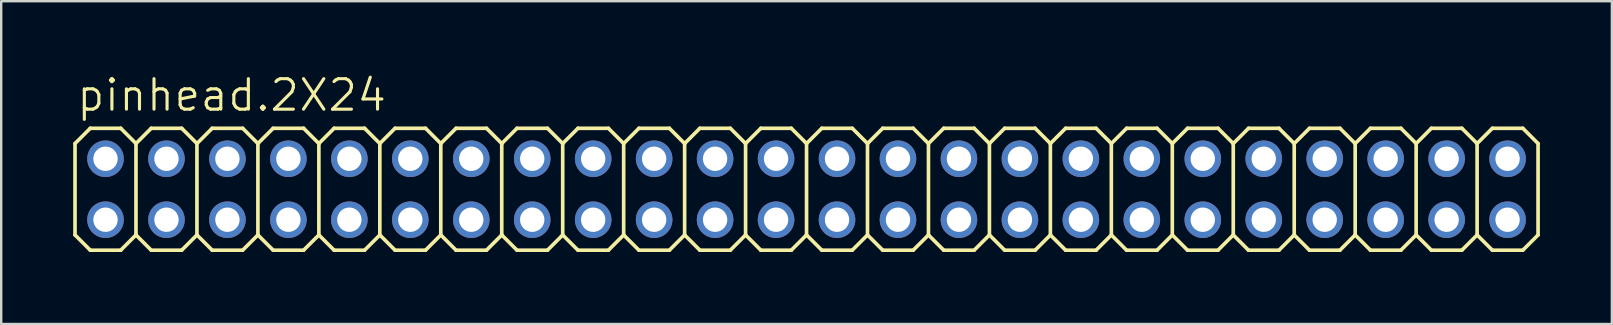
<source format=kicad_pcb>
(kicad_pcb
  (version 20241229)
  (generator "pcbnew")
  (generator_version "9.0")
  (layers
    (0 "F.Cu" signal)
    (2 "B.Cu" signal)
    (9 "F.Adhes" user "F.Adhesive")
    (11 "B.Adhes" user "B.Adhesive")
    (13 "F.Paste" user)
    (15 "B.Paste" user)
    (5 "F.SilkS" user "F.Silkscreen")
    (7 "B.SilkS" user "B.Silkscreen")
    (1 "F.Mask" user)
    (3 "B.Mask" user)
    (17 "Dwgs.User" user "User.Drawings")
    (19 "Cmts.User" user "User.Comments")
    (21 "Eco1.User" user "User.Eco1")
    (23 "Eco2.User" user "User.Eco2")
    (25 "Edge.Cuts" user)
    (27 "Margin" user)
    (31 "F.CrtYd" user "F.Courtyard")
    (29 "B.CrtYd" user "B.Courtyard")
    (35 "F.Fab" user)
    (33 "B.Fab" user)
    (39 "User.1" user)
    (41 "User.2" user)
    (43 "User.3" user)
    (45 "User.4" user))
  (footprint "pinhead.2X24"
    (layer "F.Cu")
    (at 29.286 4.835)
    (property "Reference" "pinhead.2X24" (at -29.21 -3.175 0) (layer "F.SilkS") (effects (font (size 1.27 1.27) (thickness 0.13)) (justify left bottom)))
    (attr through_hole)
    (fp_line (start -29.21 -1.905) (end -28.575 -2.54) (stroke (width 0.152) (type default)) (layer "F.SilkS"))
    (fp_line (start -29.21 1.905) (end -29.21 -1.905) (stroke (width 0.152) (type default)) (layer "F.SilkS"))
    (fp_line (start -29.21 1.905) (end -28.575 2.54) (stroke (width 0.152) (type default)) (layer "F.SilkS"))
    (fp_line (start -28.575 -2.54) (end -27.305 -2.54) (stroke (width 0.152) (type default)) (layer "F.SilkS"))
    (fp_line (start -28.575 2.54) (end -27.305 2.54) (stroke (width 0.152) (type default)) (layer "F.SilkS"))
    (fp_line (start -27.305 -2.54) (end -26.67 -1.905) (stroke (width 0.152) (type default)) (layer "F.SilkS"))
    (fp_line (start -27.305 2.54) (end -26.67 1.905) (stroke (width 0.152) (type default)) (layer "F.SilkS"))
    (fp_line (start -26.67 -1.905) (end -26.67 1.905) (stroke (width 0.152) (type default)) (layer "F.SilkS"))
    (fp_line (start -26.67 -1.905) (end -26.035 -2.54) (stroke (width 0.152) (type default)) (layer "F.SilkS"))
    (fp_line (start -26.67 1.905) (end -26.035 2.54) (stroke (width 0.152) (type default)) (layer "F.SilkS"))
    (fp_line (start -26.035 -2.54) (end -24.765 -2.54) (stroke (width 0.152) (type default)) (layer "F.SilkS"))
    (fp_line (start -26.035 2.54) (end -24.765 2.54) (stroke (width 0.152) (type default)) (layer "F.SilkS"))
    (fp_line (start -24.765 -2.54) (end -24.13 -1.905) (stroke (width 0.152) (type default)) (layer "F.SilkS"))
    (fp_line (start -24.765 2.54) (end -24.13 1.905) (stroke (width 0.152) (type default)) (layer "F.SilkS"))
    (fp_line (start -24.13 -1.905) (end -24.13 1.905) (stroke (width 0.152) (type default)) (layer "F.SilkS"))
    (fp_line (start -24.13 -1.905) (end -23.495 -2.54) (stroke (width 0.152) (type default)) (layer "F.SilkS"))
    (fp_line (start -24.13 1.905) (end -23.495 2.54) (stroke (width 0.152) (type default)) (layer "F.SilkS"))
    (fp_line (start -23.495 -2.54) (end -22.225 -2.54) (stroke (width 0.152) (type default)) (layer "F.SilkS"))
    (fp_line (start -23.495 2.54) (end -22.225 2.54) (stroke (width 0.152) (type default)) (layer "F.SilkS"))
    (fp_line (start -22.225 -2.54) (end -21.59 -1.905) (stroke (width 0.152) (type default)) (layer "F.SilkS"))
    (fp_line (start -22.225 2.54) (end -21.59 1.905) (stroke (width 0.152) (type default)) (layer "F.SilkS"))
    (fp_line (start -21.59 -1.905) (end -21.59 1.905) (stroke (width 0.152) (type default)) (layer "F.SilkS"))
    (fp_line (start -21.59 -1.905) (end -20.955 -2.54) (stroke (width 0.152) (type default)) (layer "F.SilkS"))
    (fp_line (start -21.59 1.905) (end -20.955 2.54) (stroke (width 0.152) (type default)) (layer "F.SilkS"))
    (fp_line (start -20.955 -2.54) (end -19.685 -2.54) (stroke (width 0.152) (type default)) (layer "F.SilkS"))
    (fp_line (start -20.955 2.54) (end -19.685 2.54) (stroke (width 0.152) (type default)) (layer "F.SilkS"))
    (fp_line (start -19.685 -2.54) (end -19.05 -1.905) (stroke (width 0.152) (type default)) (layer "F.SilkS"))
    (fp_line (start -19.685 2.54) (end -19.05 1.905) (stroke (width 0.152) (type default)) (layer "F.SilkS"))
    (fp_line (start -19.05 -1.905) (end -19.05 1.905) (stroke (width 0.152) (type default)) (layer "F.SilkS"))
    (fp_line (start -19.05 -1.905) (end -18.415 -2.54) (stroke (width 0.152) (type default)) (layer "F.SilkS"))
    (fp_line (start -19.05 1.905) (end -18.415 2.54) (stroke (width 0.152) (type default)) (layer "F.SilkS"))
    (fp_line (start -18.415 -2.54) (end -17.145 -2.54) (stroke (width 0.152) (type default)) (layer "F.SilkS"))
    (fp_line (start -18.415 2.54) (end -17.145 2.54) (stroke (width 0.152) (type default)) (layer "F.SilkS"))
    (fp_line (start -17.145 -2.54) (end -16.51 -1.905) (stroke (width 0.152) (type default)) (layer "F.SilkS"))
    (fp_line (start -17.145 2.54) (end -16.51 1.905) (stroke (width 0.152) (type default)) (layer "F.SilkS"))
    (fp_line (start -16.51 -1.905) (end -16.51 1.905) (stroke (width 0.152) (type default)) (layer "F.SilkS"))
    (fp_line (start -16.51 -1.905) (end -15.875 -2.54) (stroke (width 0.152) (type default)) (layer "F.SilkS"))
    (fp_line (start -16.51 1.905) (end -15.875 2.54) (stroke (width 0.152) (type default)) (layer "F.SilkS"))
    (fp_line (start -15.875 -2.54) (end -14.605 -2.54) (stroke (width 0.152) (type default)) (layer "F.SilkS"))
    (fp_line (start -15.875 2.54) (end -14.605 2.54) (stroke (width 0.152) (type default)) (layer "F.SilkS"))
    (fp_line (start -14.605 -2.54) (end -13.97 -1.905) (stroke (width 0.152) (type default)) (layer "F.SilkS"))
    (fp_line (start -14.605 2.54) (end -13.97 1.905) (stroke (width 0.152) (type default)) (layer "F.SilkS"))
    (fp_line (start -13.97 -1.905) (end -13.97 1.905) (stroke (width 0.152) (type default)) (layer "F.SilkS"))
    (fp_line (start -13.97 -1.905) (end -13.335 -2.54) (stroke (width 0.152) (type default)) (layer "F.SilkS"))
    (fp_line (start -13.97 1.905) (end -13.335 2.54) (stroke (width 0.152) (type default)) (layer "F.SilkS"))
    (fp_line (start -13.335 -2.54) (end -12.065 -2.54) (stroke (width 0.152) (type default)) (layer "F.SilkS"))
    (fp_line (start -12.065 -2.54) (end -11.43 -1.905) (stroke (width 0.152) (type default)) (layer "F.SilkS"))
    (fp_line (start -12.065 2.54) (end -13.335 2.54) (stroke (width 0.152) (type default)) (layer "F.SilkS"))
    (fp_line (start -11.43 -1.905) (end -11.43 1.905) (stroke (width 0.152) (type default)) (layer "F.SilkS"))
    (fp_line (start -11.43 -1.905) (end -10.795 -2.54) (stroke (width 0.152) (type default)) (layer "F.SilkS"))
    (fp_line (start -11.43 1.905) (end -12.065 2.54) (stroke (width 0.152) (type default)) (layer "F.SilkS"))
    (fp_line (start -11.43 1.905) (end -10.795 2.54) (stroke (width 0.152) (type default)) (layer "F.SilkS"))
    (fp_line (start -10.795 -2.54) (end -9.525 -2.54) (stroke (width 0.152) (type default)) (layer "F.SilkS"))
    (fp_line (start -9.525 -2.54) (end -8.89 -1.905) (stroke (width 0.152) (type default)) (layer "F.SilkS"))
    (fp_line (start -9.525 2.54) (end -10.795 2.54) (stroke (width 0.152) (type default)) (layer "F.SilkS"))
    (fp_line (start -8.89 -1.905) (end -8.89 1.905) (stroke (width 0.152) (type default)) (layer "F.SilkS"))
    (fp_line (start -8.89 -1.905) (end -8.255 -2.54) (stroke (width 0.152) (type default)) (layer "F.SilkS"))
    (fp_line (start -8.89 1.905) (end -9.525 2.54) (stroke (width 0.152) (type default)) (layer "F.SilkS"))
    (fp_line (start -8.89 1.905) (end -8.255 2.54) (stroke (width 0.152) (type default)) (layer "F.SilkS"))
    (fp_line (start -8.255 -2.54) (end -6.985 -2.54) (stroke (width 0.152) (type default)) (layer "F.SilkS"))
    (fp_line (start -6.985 -2.54) (end -6.35 -1.905) (stroke (width 0.152) (type default)) (layer "F.SilkS"))
    (fp_line (start -6.985 2.54) (end -8.255 2.54) (stroke (width 0.152) (type default)) (layer "F.SilkS"))
    (fp_line (start -6.35 -1.905) (end -6.35 1.905) (stroke (width 0.152) (type default)) (layer "F.SilkS"))
    (fp_line (start -6.35 -1.905) (end -5.715 -2.54) (stroke (width 0.152) (type default)) (layer "F.SilkS"))
    (fp_line (start -6.35 1.905) (end -6.985 2.54) (stroke (width 0.152) (type default)) (layer "F.SilkS"))
    (fp_line (start -6.35 1.905) (end -5.715 2.54) (stroke (width 0.152) (type default)) (layer "F.SilkS"))
    (fp_line (start -5.715 -2.54) (end -4.445 -2.54) (stroke (width 0.152) (type default)) (layer "F.SilkS"))
    (fp_line (start -4.445 -2.54) (end -3.81 -1.905) (stroke (width 0.152) (type default)) (layer "F.SilkS"))
    (fp_line (start -4.445 2.54) (end -5.715 2.54) (stroke (width 0.152) (type default)) (layer "F.SilkS"))
    (fp_line (start -3.81 -1.905) (end -3.81 1.905) (stroke (width 0.152) (type default)) (layer "F.SilkS"))
    (fp_line (start -3.81 -1.905) (end -3.175 -2.54) (stroke (width 0.152) (type default)) (layer "F.SilkS"))
    (fp_line (start -3.81 1.905) (end -4.445 2.54) (stroke (width 0.152) (type default)) (layer "F.SilkS"))
    (fp_line (start -3.81 1.905) (end -3.175 2.54) (stroke (width 0.152) (type default)) (layer "F.SilkS"))
    (fp_line (start -3.175 -2.54) (end -1.905 -2.54) (stroke (width 0.152) (type default)) (layer "F.SilkS"))
    (fp_line (start -1.905 -2.54) (end -1.27 -1.905) (stroke (width 0.152) (type default)) (layer "F.SilkS"))
    (fp_line (start -1.905 2.54) (end -3.175 2.54) (stroke (width 0.152) (type default)) (layer "F.SilkS"))
    (fp_line (start -1.27 -1.905) (end -1.27 1.905) (stroke (width 0.152) (type default)) (layer "F.SilkS"))
    (fp_line (start -1.27 -1.905) (end -0.635 -2.54) (stroke (width 0.152) (type default)) (layer "F.SilkS"))
    (fp_line (start -1.27 1.905) (end -1.905 2.54) (stroke (width 0.152) (type default)) (layer "F.SilkS"))
    (fp_line (start -1.27 1.905) (end -0.635 2.54) (stroke (width 0.152) (type default)) (layer "F.SilkS"))
    (fp_line (start -0.635 -2.54) (end 0.635 -2.54) (stroke (width 0.152) (type default)) (layer "F.SilkS"))
    (fp_line (start 0.635 2.54) (end -0.635 2.54) (stroke (width 0.152) (type default)) (layer "F.SilkS"))
    (fp_line (start 1.27 -1.905) (end 0.635 -2.54) (stroke (width 0.152) (type default)) (layer "F.SilkS"))
    (fp_line (start 1.27 -1.905) (end 1.27 1.905) (stroke (width 0.152) (type default)) (layer "F.SilkS"))
    (fp_line (start 1.27 -1.905) (end 1.905 -2.54) (stroke (width 0.152) (type default)) (layer "F.SilkS"))
    (fp_line (start 1.27 1.905) (end 0.635 2.54) (stroke (width 0.152) (type default)) (layer "F.SilkS"))
    (fp_line (start 1.27 1.905) (end 1.905 2.54) (stroke (width 0.152) (type default)) (layer "F.SilkS"))
    (fp_line (start 3.175 -2.54) (end 1.905 -2.54) (stroke (width 0.152) (type default)) (layer "F.SilkS"))
    (fp_line (start 3.175 -2.54) (end 3.81 -1.905) (stroke (width 0.152) (type default)) (layer "F.SilkS"))
    (fp_line (start 3.175 2.54) (end 1.905 2.54) (stroke (width 0.152) (type default)) (layer "F.SilkS"))
    (fp_line (start 3.81 -1.905) (end 3.81 1.905) (stroke (width 0.152) (type default)) (layer "F.SilkS"))
    (fp_line (start 3.81 -1.905) (end 4.445 -2.54) (stroke (width 0.152) (type default)) (layer "F.SilkS"))
    (fp_line (start 3.81 1.905) (end 3.175 2.54) (stroke (width 0.152) (type default)) (layer "F.SilkS"))
    (fp_line (start 3.81 1.905) (end 4.445 2.54) (stroke (width 0.152) (type default)) (layer "F.SilkS"))
    (fp_line (start 5.715 -2.54) (end 4.445 -2.54) (stroke (width 0.152) (type default)) (layer "F.SilkS"))
    (fp_line (start 5.715 -2.54) (end 6.35 -1.905) (stroke (width 0.152) (type default)) (layer "F.SilkS"))
    (fp_line (start 5.715 2.54) (end 4.445 2.54) (stroke (width 0.152) (type default)) (layer "F.SilkS"))
    (fp_line (start 6.35 -1.905) (end 6.35 1.905) (stroke (width 0.152) (type default)) (layer "F.SilkS"))
    (fp_line (start 6.35 -1.905) (end 6.985 -2.54) (stroke (width 0.152) (type default)) (layer "F.SilkS"))
    (fp_line (start 6.35 1.905) (end 5.715 2.54) (stroke (width 0.152) (type default)) (layer "F.SilkS"))
    (fp_line (start 6.985 2.54) (end 6.35 1.905) (stroke (width 0.152) (type default)) (layer "F.SilkS"))
    (fp_line (start 6.985 2.54) (end 8.255 2.54) (stroke (width 0.152) (type default)) (layer "F.SilkS"))
    (fp_line (start 8.255 -2.54) (end 6.985 -2.54) (stroke (width 0.152) (type default)) (layer "F.SilkS"))
    (fp_line (start 8.255 -2.54) (end 8.89 -1.905) (stroke (width 0.152) (type default)) (layer "F.SilkS"))
    (fp_line (start 8.89 -1.905) (end 8.89 1.905) (stroke (width 0.152) (type default)) (layer "F.SilkS"))
    (fp_line (start 8.89 -1.905) (end 9.525 -2.54) (stroke (width 0.152) (type default)) (layer "F.SilkS"))
    (fp_line (start 8.89 1.905) (end 8.255 2.54) (stroke (width 0.152) (type default)) (layer "F.SilkS"))
    (fp_line (start 9.525 2.54) (end 8.89 1.905) (stroke (width 0.152) (type default)) (layer "F.SilkS"))
    (fp_line (start 9.525 2.54) (end 10.795 2.54) (stroke (width 0.152) (type default)) (layer "F.SilkS"))
    (fp_line (start 10.795 -2.54) (end 9.525 -2.54) (stroke (width 0.152) (type default)) (layer "F.SilkS"))
    (fp_line (start 10.795 -2.54) (end 11.43 -1.905) (stroke (width 0.152) (type default)) (layer "F.SilkS"))
    (fp_line (start 11.43 -1.905) (end 11.43 1.905) (stroke (width 0.152) (type default)) (layer "F.SilkS"))
    (fp_line (start 11.43 -1.905) (end 12.065 -2.54) (stroke (width 0.152) (type default)) (layer "F.SilkS"))
    (fp_line (start 11.43 1.905) (end 10.795 2.54) (stroke (width 0.152) (type default)) (layer "F.SilkS"))
    (fp_line (start 11.43 1.905) (end 12.065 2.54) (stroke (width 0.152) (type default)) (layer "F.SilkS"))
    (fp_line (start 13.335 -2.54) (end 12.065 -2.54) (stroke (width 0.152) (type default)) (layer "F.SilkS"))
    (fp_line (start 13.335 -2.54) (end 13.97 -1.905) (stroke (width 0.152) (type default)) (layer "F.SilkS"))
    (fp_line (start 13.335 2.54) (end 12.065 2.54) (stroke (width 0.152) (type default)) (layer "F.SilkS"))
    (fp_line (start 13.97 -1.905) (end 13.97 1.905) (stroke (width 0.152) (type default)) (layer "F.SilkS"))
    (fp_line (start 13.97 -1.905) (end 14.605 -2.54) (stroke (width 0.152) (type default)) (layer "F.SilkS"))
    (fp_line (start 13.97 1.905) (end 13.335 2.54) (stroke (width 0.152) (type default)) (layer "F.SilkS"))
    (fp_line (start 13.97 1.905) (end 14.605 2.54) (stroke (width 0.152) (type default)) (layer "F.SilkS"))
    (fp_line (start 15.875 -2.54) (end 14.605 -2.54) (stroke (width 0.152) (type default)) (layer "F.SilkS"))
    (fp_line (start 15.875 -2.54) (end 16.51 -1.905) (stroke (width 0.152) (type default)) (layer "F.SilkS"))
    (fp_line (start 15.875 2.54) (end 14.605 2.54) (stroke (width 0.152) (type default)) (layer "F.SilkS"))
    (fp_line (start 16.51 -1.905) (end 16.51 1.905) (stroke (width 0.152) (type default)) (layer "F.SilkS"))
    (fp_line (start 16.51 -1.905) (end 17.145 -2.54) (stroke (width 0.152) (type default)) (layer "F.SilkS"))
    (fp_line (start 16.51 1.905) (end 15.875 2.54) (stroke (width 0.152) (type default)) (layer "F.SilkS"))
    (fp_line (start 16.51 1.905) (end 17.145 2.54) (stroke (width 0.152) (type default)) (layer "F.SilkS"))
    (fp_line (start 18.415 -2.54) (end 17.145 -2.54) (stroke (width 0.152) (type default)) (layer "F.SilkS"))
    (fp_line (start 18.415 -2.54) (end 19.05 -1.905) (stroke (width 0.152) (type default)) (layer "F.SilkS"))
    (fp_line (start 18.415 2.54) (end 17.145 2.54) (stroke (width 0.152) (type default)) (layer "F.SilkS"))
    (fp_line (start 19.05 -1.905) (end 19.05 1.905) (stroke (width 0.152) (type default)) (layer "F.SilkS"))
    (fp_line (start 19.05 -1.905) (end 19.685 -2.54) (stroke (width 0.152) (type default)) (layer "F.SilkS"))
    (fp_line (start 19.05 1.905) (end 18.415 2.54) (stroke (width 0.152) (type default)) (layer "F.SilkS"))
    (fp_line (start 19.05 1.905) (end 19.685 2.54) (stroke (width 0.152) (type default)) (layer "F.SilkS"))
    (fp_line (start 20.955 -2.54) (end 19.685 -2.54) (stroke (width 0.152) (type default)) (layer "F.SilkS"))
    (fp_line (start 20.955 -2.54) (end 21.59 -1.905) (stroke (width 0.152) (type default)) (layer "F.SilkS"))
    (fp_line (start 20.955 2.54) (end 19.685 2.54) (stroke (width 0.152) (type default)) (layer "F.SilkS"))
    (fp_line (start 21.59 -1.905) (end 21.59 1.905) (stroke (width 0.152) (type default)) (layer "F.SilkS"))
    (fp_line (start 21.59 -1.905) (end 22.225 -2.54) (stroke (width 0.152) (type default)) (layer "F.SilkS"))
    (fp_line (start 21.59 1.905) (end 20.955 2.54) (stroke (width 0.152) (type default)) (layer "F.SilkS"))
    (fp_line (start 21.59 1.905) (end 22.225 2.54) (stroke (width 0.152) (type default)) (layer "F.SilkS"))
    (fp_line (start 23.495 -2.54) (end 22.225 -2.54) (stroke (width 0.152) (type default)) (layer "F.SilkS"))
    (fp_line (start 23.495 -2.54) (end 24.13 -1.905) (stroke (width 0.152) (type default)) (layer "F.SilkS"))
    (fp_line (start 23.495 2.54) (end 22.225 2.54) (stroke (width 0.152) (type default)) (layer "F.SilkS"))
    (fp_line (start 24.13 -1.905) (end 24.13 1.905) (stroke (width 0.152) (type default)) (layer "F.SilkS"))
    (fp_line (start 24.13 -1.905) (end 24.765 -2.54) (stroke (width 0.152) (type default)) (layer "F.SilkS"))
    (fp_line (start 24.13 1.905) (end 23.495 2.54) (stroke (width 0.152) (type default)) (layer "F.SilkS"))
    (fp_line (start 24.13 1.905) (end 24.765 2.54) (stroke (width 0.152) (type default)) (layer "F.SilkS"))
    (fp_line (start 26.035 -2.54) (end 24.765 -2.54) (stroke (width 0.152) (type default)) (layer "F.SilkS"))
    (fp_line (start 26.035 -2.54) (end 26.67 -1.905) (stroke (width 0.152) (type default)) (layer "F.SilkS"))
    (fp_line (start 26.035 2.54) (end 24.765 2.54) (stroke (width 0.152) (type default)) (layer "F.SilkS"))
    (fp_line (start 26.67 -1.905) (end 26.67 1.905) (stroke (width 0.152) (type default)) (layer "F.SilkS"))
    (fp_line (start 26.67 -1.905) (end 27.305 -2.54) (stroke (width 0.152) (type default)) (layer "F.SilkS"))
    (fp_line (start 26.67 1.905) (end 26.035 2.54) (stroke (width 0.152) (type default)) (layer "F.SilkS"))
    (fp_line (start 26.67 1.905) (end 27.305 2.54) (stroke (width 0.152) (type default)) (layer "F.SilkS"))
    (fp_line (start 28.575 -2.54) (end 27.305 -2.54) (stroke (width 0.152) (type default)) (layer "F.SilkS"))
    (fp_line (start 28.575 -2.54) (end 29.21 -1.905) (stroke (width 0.152) (type default)) (layer "F.SilkS"))
    (fp_line (start 28.575 2.54) (end 27.305 2.54) (stroke (width 0.152) (type default)) (layer "F.SilkS"))
    (fp_line (start 29.21 -1.905) (end 29.21 1.905) (stroke (width 0.152) (type default)) (layer "F.SilkS"))
    (fp_line (start 29.21 -1.905) (end 29.845 -2.54) (stroke (width 0.152) (type default)) (layer "F.SilkS"))
    (fp_line (start 29.21 1.905) (end 28.575 2.54) (stroke (width 0.152) (type default)) (layer "F.SilkS"))
    (fp_line (start 29.21 1.905) (end 29.845 2.54) (stroke (width 0.152) (type default)) (layer "F.SilkS"))
    (fp_line (start 31.115 -2.54) (end 29.845 -2.54) (stroke (width 0.152) (type default)) (layer "F.SilkS"))
    (fp_line (start 31.115 -2.54) (end 31.75 -1.905) (stroke (width 0.152) (type default)) (layer "F.SilkS"))
    (fp_line (start 31.115 2.54) (end 29.845 2.54) (stroke (width 0.152) (type default)) (layer "F.SilkS"))
    (fp_line (start 31.75 -1.905) (end 31.75 1.905) (stroke (width 0.152) (type default)) (layer "F.SilkS"))
    (fp_line (start 31.75 1.905) (end 31.115 2.54) (stroke (width 0.152) (type default)) (layer "F.SilkS"))
    (fp_rect (start -28.194 -1.016) (end -27.686 -1.524) (stroke (width 0.05) (type default)) (fill no) (layer "F.Fab"))
    (fp_rect (start -28.194 1.524) (end -27.686 1.016) (stroke (width 0.05) (type default)) (fill no) (layer "F.Fab"))
    (fp_rect (start -25.654 -1.016) (end -25.146 -1.524) (stroke (width 0.05) (type default)) (fill no) (layer "F.Fab"))
    (fp_rect (start -25.654 1.524) (end -25.146 1.016) (stroke (width 0.05) (type default)) (fill no) (layer "F.Fab"))
    (fp_rect (start -23.114 -1.016) (end -22.606 -1.524) (stroke (width 0.05) (type default)) (fill no) (layer "F.Fab"))
    (fp_rect (start -23.114 1.524) (end -22.606 1.016) (stroke (width 0.05) (type default)) (fill no) (layer "F.Fab"))
    (fp_rect (start -20.574 -1.016) (end -20.066 -1.524) (stroke (width 0.05) (type default)) (fill no) (layer "F.Fab"))
    (fp_rect (start -20.574 1.524) (end -20.066 1.016) (stroke (width 0.05) (type default)) (fill no) (layer "F.Fab"))
    (fp_rect (start -18.034 -1.016) (end -17.526 -1.524) (stroke (width 0.05) (type default)) (fill no) (layer "F.Fab"))
    (fp_rect (start -18.034 1.524) (end -17.526 1.016) (stroke (width 0.05) (type default)) (fill no) (layer "F.Fab"))
    (fp_rect (start -15.494 -1.016) (end -14.986 -1.524) (stroke (width 0.05) (type default)) (fill no) (layer "F.Fab"))
    (fp_rect (start -15.494 1.524) (end -14.986 1.016) (stroke (width 0.05) (type default)) (fill no) (layer "F.Fab"))
    (fp_rect (start -12.954 -1.016) (end -12.446 -1.524) (stroke (width 0.05) (type default)) (fill no) (layer "F.Fab"))
    (fp_rect (start -12.954 1.524) (end -12.446 1.016) (stroke (width 0.05) (type default)) (fill no) (layer "F.Fab"))
    (fp_rect (start -10.414 -1.016) (end -9.906 -1.524) (stroke (width 0.05) (type default)) (fill no) (layer "F.Fab"))
    (fp_rect (start -10.414 1.524) (end -9.906 1.016) (stroke (width 0.05) (type default)) (fill no) (layer "F.Fab"))
    (fp_rect (start -7.874 -1.016) (end -7.366 -1.524) (stroke (width 0.05) (type default)) (fill no) (layer "F.Fab"))
    (fp_rect (start -7.874 1.524) (end -7.366 1.016) (stroke (width 0.05) (type default)) (fill no) (layer "F.Fab"))
    (fp_rect (start -5.334 -1.016) (end -4.826 -1.524) (stroke (width 0.05) (type default)) (fill no) (layer "F.Fab"))
    (fp_rect (start -5.334 1.524) (end -4.826 1.016) (stroke (width 0.05) (type default)) (fill no) (layer "F.Fab"))
    (fp_rect (start -2.794 -1.016) (end -2.286 -1.524) (stroke (width 0.05) (type default)) (fill no) (layer "F.Fab"))
    (fp_rect (start -2.794 1.524) (end -2.286 1.016) (stroke (width 0.05) (type default)) (fill no) (layer "F.Fab"))
    (fp_rect (start -0.254 -1.016) (end 0.254 -1.524) (stroke (width 0.05) (type default)) (fill no) (layer "F.Fab"))
    (fp_rect (start -0.254 1.524) (end 0.254 1.016) (stroke (width 0.05) (type default)) (fill no) (layer "F.Fab"))
    (fp_rect (start 2.286 -1.016) (end 2.794 -1.524) (stroke (width 0.05) (type default)) (fill no) (layer "F.Fab"))
    (fp_rect (start 2.286 1.524) (end 2.794 1.016) (stroke (width 0.05) (type default)) (fill no) (layer "F.Fab"))
    (fp_rect (start 4.826 -1.016) (end 5.334 -1.524) (stroke (width 0.05) (type default)) (fill no) (layer "F.Fab"))
    (fp_rect (start 4.826 1.524) (end 5.334 1.016) (stroke (width 0.05) (type default)) (fill no) (layer "F.Fab"))
    (fp_rect (start 7.366 -1.016) (end 7.874 -1.524) (stroke (width 0.05) (type default)) (fill no) (layer "F.Fab"))
    (fp_rect (start 7.366 1.524) (end 7.874 1.016) (stroke (width 0.05) (type default)) (fill no) (layer "F.Fab"))
    (fp_rect (start 9.906 -1.016) (end 10.414 -1.524) (stroke (width 0.05) (type default)) (fill no) (layer "F.Fab"))
    (fp_rect (start 9.906 1.524) (end 10.414 1.016) (stroke (width 0.05) (type default)) (fill no) (layer "F.Fab"))
    (fp_rect (start 12.446 -1.016) (end 12.954 -1.524) (stroke (width 0.05) (type default)) (fill no) (layer "F.Fab"))
    (fp_rect (start 12.446 1.524) (end 12.954 1.016) (stroke (width 0.05) (type default)) (fill no) (layer "F.Fab"))
    (fp_rect (start 14.986 -1.016) (end 15.494 -1.524) (stroke (width 0.05) (type default)) (fill no) (layer "F.Fab"))
    (fp_rect (start 14.986 1.524) (end 15.494 1.016) (stroke (width 0.05) (type default)) (fill no) (layer "F.Fab"))
    (fp_rect (start 17.526 -1.016) (end 18.034 -1.524) (stroke (width 0.05) (type default)) (fill no) (layer "F.Fab"))
    (fp_rect (start 17.526 1.524) (end 18.034 1.016) (stroke (width 0.05) (type default)) (fill no) (layer "F.Fab"))
    (fp_rect (start 20.066 -1.016) (end 20.574 -1.524) (stroke (width 0.05) (type default)) (fill no) (layer "F.Fab"))
    (fp_rect (start 20.066 1.524) (end 20.574 1.016) (stroke (width 0.05) (type default)) (fill no) (layer "F.Fab"))
    (fp_rect (start 22.606 -1.016) (end 23.114 -1.524) (stroke (width 0.05) (type default)) (fill no) (layer "F.Fab"))
    (fp_rect (start 22.606 1.524) (end 23.114 1.016) (stroke (width 0.05) (type default)) (fill no) (layer "F.Fab"))
    (fp_rect (start 25.146 -1.016) (end 25.654 -1.524) (stroke (width 0.05) (type default)) (fill no) (layer "F.Fab"))
    (fp_rect (start 25.146 1.524) (end 25.654 1.016) (stroke (width 0.05) (type default)) (fill no) (layer "F.Fab"))
    (fp_rect (start 27.686 -1.016) (end 28.194 -1.524) (stroke (width 0.05) (type default)) (fill no) (layer "F.Fab"))
    (fp_rect (start 27.686 1.524) (end 28.194 1.016) (stroke (width 0.05) (type default)) (fill no) (layer "F.Fab"))
    (fp_rect (start 30.226 -1.016) (end 30.734 -1.524) (stroke (width 0.05) (type default)) (fill no) (layer "F.Fab"))
    (fp_rect (start 30.226 1.524) (end 30.734 1.016) (stroke (width 0.05) (type default)) (fill no) (layer "F.Fab"))
    (pad "1" thru_hole circle (at -27.94 1.27) (size 1.524 1.524) (drill 1.016) (layers "*.Cu" "*.Mask"))
    (pad "2" thru_hole circle (at -27.94 -1.27) (size 1.524 1.524) (drill 1.016) (layers "*.Cu" "*.Mask"))
    (pad "3" thru_hole circle (at -25.4 1.27) (size 1.524 1.524) (drill 1.016) (layers "*.Cu" "*.Mask"))
    (pad "4" thru_hole circle (at -25.4 -1.27) (size 1.524 1.524) (drill 1.016) (layers "*.Cu" "*.Mask"))
    (pad "5" thru_hole circle (at -22.86 1.27) (size 1.524 1.524) (drill 1.016) (layers "*.Cu" "*.Mask"))
    (pad "6" thru_hole circle (at -22.86 -1.27) (size 1.524 1.524) (drill 1.016) (layers "*.Cu" "*.Mask"))
    (pad "7" thru_hole circle (at -20.32 1.27) (size 1.524 1.524) (drill 1.016) (layers "*.Cu" "*.Mask"))
    (pad "8" thru_hole circle (at -20.32 -1.27) (size 1.524 1.524) (drill 1.016) (layers "*.Cu" "*.Mask"))
    (pad "9" thru_hole circle (at -17.78 1.27) (size 1.524 1.524) (drill 1.016) (layers "*.Cu" "*.Mask"))
    (pad "10" thru_hole circle (at -17.78 -1.27) (size 1.524 1.524) (drill 1.016) (layers "*.Cu" "*.Mask"))
    (pad "11" thru_hole circle (at -15.24 1.27) (size 1.524 1.524) (drill 1.016) (layers "*.Cu" "*.Mask"))
    (pad "12" thru_hole circle (at -15.24 -1.27) (size 1.524 1.524) (drill 1.016) (layers "*.Cu" "*.Mask"))
    (pad "13" thru_hole circle (at -12.7 1.27) (size 1.524 1.524) (drill 1.016) (layers "*.Cu" "*.Mask"))
    (pad "14" thru_hole circle (at -12.7 -1.27) (size 1.524 1.524) (drill 1.016) (layers "*.Cu" "*.Mask"))
    (pad "15" thru_hole circle (at -10.16 1.27) (size 1.524 1.524) (drill 1.016) (layers "*.Cu" "*.Mask"))
    (pad "16" thru_hole circle (at -10.16 -1.27) (size 1.524 1.524) (drill 1.016) (layers "*.Cu" "*.Mask"))
    (pad "17" thru_hole circle (at -7.62 1.27) (size 1.524 1.524) (drill 1.016) (layers "*.Cu" "*.Mask"))
    (pad "18" thru_hole circle (at -7.62 -1.27) (size 1.524 1.524) (drill 1.016) (layers "*.Cu" "*.Mask"))
    (pad "19" thru_hole circle (at -5.08 1.27) (size 1.524 1.524) (drill 1.016) (layers "*.Cu" "*.Mask"))
    (pad "20" thru_hole circle (at -5.08 -1.27) (size 1.524 1.524) (drill 1.016) (layers "*.Cu" "*.Mask"))
    (pad "21" thru_hole circle (at -2.54 1.27) (size 1.524 1.524) (drill 1.016) (layers "*.Cu" "*.Mask"))
    (pad "22" thru_hole circle (at -2.54 -1.27) (size 1.524 1.524) (drill 1.016) (layers "*.Cu" "*.Mask"))
    (pad "23" thru_hole circle (at 0 1.27) (size 1.524 1.524) (drill 1.016) (layers "*.Cu" "*.Mask"))
    (pad "24" thru_hole circle (at 0 -1.27) (size 1.524 1.524) (drill 1.016) (layers "*.Cu" "*.Mask"))
    (pad "25" thru_hole circle (at 2.54 1.27) (size 1.524 1.524) (drill 1.016) (layers "*.Cu" "*.Mask"))
    (pad "26" thru_hole circle (at 2.54 -1.27) (size 1.524 1.524) (drill 1.016) (layers "*.Cu" "*.Mask"))
    (pad "27" thru_hole circle (at 5.08 1.27) (size 1.524 1.524) (drill 1.016) (layers "*.Cu" "*.Mask"))
    (pad "28" thru_hole circle (at 5.08 -1.27) (size 1.524 1.524) (drill 1.016) (layers "*.Cu" "*.Mask"))
    (pad "29" thru_hole circle (at 7.62 1.27) (size 1.524 1.524) (drill 1.016) (layers "*.Cu" "*.Mask"))
    (pad "30" thru_hole circle (at 7.62 -1.27) (size 1.524 1.524) (drill 1.016) (layers "*.Cu" "*.Mask"))
    (pad "31" thru_hole circle (at 10.16 1.27) (size 1.524 1.524) (drill 1.016) (layers "*.Cu" "*.Mask"))
    (pad "32" thru_hole circle (at 10.16 -1.27) (size 1.524 1.524) (drill 1.016) (layers "*.Cu" "*.Mask"))
    (pad "33" thru_hole circle (at 12.7 1.27) (size 1.524 1.524) (drill 1.016) (layers "*.Cu" "*.Mask"))
    (pad "34" thru_hole circle (at 12.7 -1.27) (size 1.524 1.524) (drill 1.016) (layers "*.Cu" "*.Mask"))
    (pad "35" thru_hole circle (at 15.24 1.27) (size 1.524 1.524) (drill 1.016) (layers "*.Cu" "*.Mask"))
    (pad "36" thru_hole circle (at 15.24 -1.27) (size 1.524 1.524) (drill 1.016) (layers "*.Cu" "*.Mask"))
    (pad "37" thru_hole circle (at 17.78 1.27) (size 1.524 1.524) (drill 1.016) (layers "*.Cu" "*.Mask"))
    (pad "38" thru_hole circle (at 17.78 -1.27) (size 1.524 1.524) (drill 1.016) (layers "*.Cu" "*.Mask"))
    (pad "39" thru_hole circle (at 20.32 1.27) (size 1.524 1.524) (drill 1.016) (layers "*.Cu" "*.Mask"))
    (pad "40" thru_hole circle (at 20.32 -1.27) (size 1.524 1.524) (drill 1.016) (layers "*.Cu" "*.Mask"))
    (pad "41" thru_hole circle (at 22.86 1.27) (size 1.524 1.524) (drill 1.016) (layers "*.Cu" "*.Mask"))
    (pad "42" thru_hole circle (at 22.86 -1.27) (size 1.524 1.524) (drill 1.016) (layers "*.Cu" "*.Mask"))
    (pad "43" thru_hole circle (at 25.4 1.27) (size 1.524 1.524) (drill 1.016) (layers "*.Cu" "*.Mask"))
    (pad "44" thru_hole circle (at 25.4 -1.27) (size 1.524 1.524) (drill 1.016) (layers "*.Cu" "*.Mask"))
    (pad "45" thru_hole circle (at 27.94 1.27) (size 1.524 1.524) (drill 1.016) (layers "*.Cu" "*.Mask"))
    (pad "46" thru_hole circle (at 27.94 -1.27) (size 1.524 1.524) (drill 1.016) (layers "*.Cu" "*.Mask"))
    (pad "47" thru_hole circle (at 30.48 1.27) (size 1.524 1.524) (drill 1.016) (layers "*.Cu" "*.Mask"))
    (pad "48" thru_hole circle (at 30.48 -1.27) (size 1.524 1.524) (drill 1.016) (layers "*.Cu" "*.Mask")))
  (gr_rect
    (start -3 -3)
    (end 64.112 10.451)
    (stroke (width 0.1) (type default))
    (fill no)
    (layer "Edge.Cuts")))
</source>
